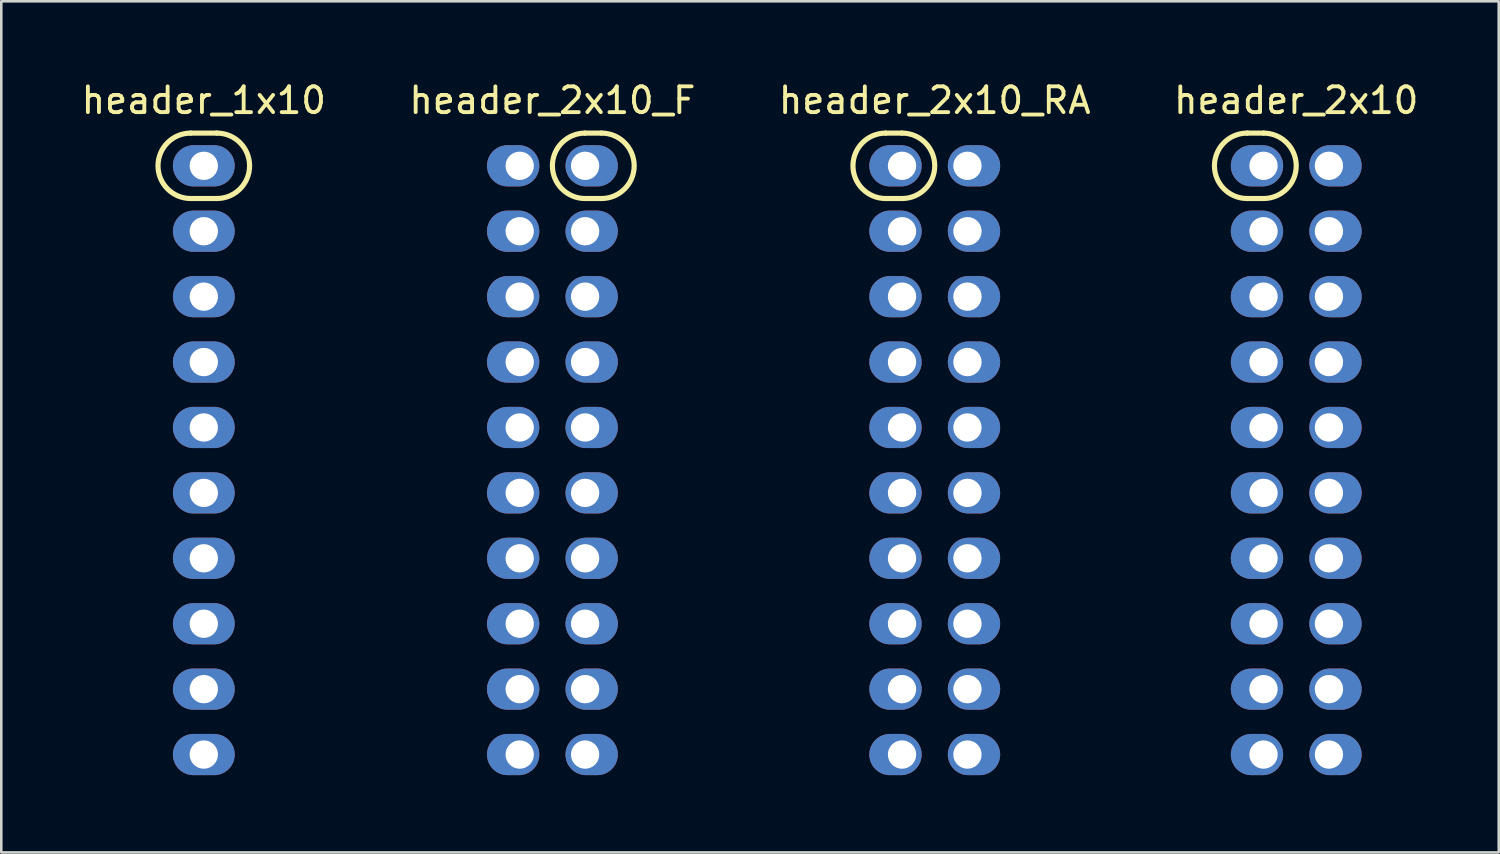
<source format=kicad_pcb>
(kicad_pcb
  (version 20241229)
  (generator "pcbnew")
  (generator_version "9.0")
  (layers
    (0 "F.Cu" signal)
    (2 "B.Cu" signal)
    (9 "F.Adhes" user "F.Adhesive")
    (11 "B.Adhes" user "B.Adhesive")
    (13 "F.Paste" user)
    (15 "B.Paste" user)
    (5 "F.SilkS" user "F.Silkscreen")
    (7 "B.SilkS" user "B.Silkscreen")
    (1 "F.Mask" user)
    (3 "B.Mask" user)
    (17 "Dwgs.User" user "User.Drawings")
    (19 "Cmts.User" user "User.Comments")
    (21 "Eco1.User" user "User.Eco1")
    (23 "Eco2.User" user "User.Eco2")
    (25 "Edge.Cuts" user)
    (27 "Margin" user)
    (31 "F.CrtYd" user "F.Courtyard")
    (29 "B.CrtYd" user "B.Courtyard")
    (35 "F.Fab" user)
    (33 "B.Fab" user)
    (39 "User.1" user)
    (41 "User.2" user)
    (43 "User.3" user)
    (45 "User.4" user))
  (footprint "header_1x10"
    (layer "F.Cu")
    (at 4.863 14.818)
    (property "Reference" "header_1x10" (at 0 -13.97 0) (layer "F.SilkS") (effects (font (size 1 1) (thickness 0.15))))
    (attr through_hole)
    (fp_line (start -0.508 -12.7) (end 0.508 -12.7) (stroke (width 0.2) (type solid)) (layer "F.SilkS"))
    (fp_line (start 0.508 -10.16) (end -0.508 -10.16) (stroke (width 0.2) (type solid)) (layer "F.SilkS"))
    (fp_arc (start -0.508 -10.16) (mid -1.778 -11.43) (end -0.508 -12.7) (stroke (width 0.2) (type solid)) (layer "F.SilkS"))
    (fp_arc (start 0.508 -12.7) (mid 1.778 -11.43) (end 0.508 -10.16) (stroke (width 0.2) (type solid)) (layer "F.SilkS"))
    (pad "1" thru_hole oval (at 0 -11.43) (size 2.4 1.6) (drill 1.1) (layers "*.Cu" "*.Mask"))
    (pad "2" thru_hole oval (at 0 -8.89) (size 2.4 1.6) (drill 1.1) (layers "*.Cu" "*.Mask"))
    (pad "3" thru_hole oval (at 0 -6.35) (size 2.4 1.6) (drill 1.1) (layers "*.Cu" "*.Mask"))
    (pad "4" thru_hole oval (at 0 -3.81) (size 2.4 1.6) (drill 1.1) (layers "*.Cu" "*.Mask"))
    (pad "5" thru_hole oval (at 0 -1.27) (size 2.4 1.6) (drill 1.1) (layers "*.Cu" "*.Mask"))
    (pad "6" thru_hole oval (at 0 1.27) (size 2.4 1.6) (drill 1.1) (layers "*.Cu" "*.Mask"))
    (pad "7" thru_hole oval (at 0 3.81) (size 2.4 1.6) (drill 1.1) (layers "*.Cu" "*.Mask"))
    (pad "8" thru_hole oval (at 0 6.35) (size 2.4 1.6) (drill 1.1) (layers "*.Cu" "*.Mask"))
    (pad "9" thru_hole oval (at 0 8.89) (size 2.4 1.6) (drill 1.1) (layers "*.Cu" "*.Mask"))
    (pad "10" thru_hole oval (at 0 11.43) (size 2.4 1.6) (drill 1.1) (layers "*.Cu" "*.Mask")))
  (footprint "header_2x10_F"
    (layer "F.Cu")
    (at 18.399 14.818)
    (property "Reference" "header_2x10_F" (at 0 -13.97 0) (layer "F.SilkS") (effects (font (size 1 1) (thickness 0.15))))
    (attr through_hole)
    (fp_line (start 1.27 -12.7) (end 1.905 -12.7) (stroke (width 0.2) (type solid)) (layer "F.SilkS"))
    (fp_line (start 1.905 -10.16) (end 1.27 -10.16) (stroke (width 0.2) (type solid)) (layer "F.SilkS"))
    (fp_arc (start 1.27 -10.16) (mid 0 -11.43) (end 1.27 -12.7) (stroke (width 0.2) (type solid)) (layer "F.SilkS"))
    (fp_arc (start 1.905 -12.7) (mid 3.175 -11.43) (end 1.905 -10.16) (stroke (width 0.2) (type solid)) (layer "F.SilkS"))
    (pad "1" thru_hole oval (at 1.27 -11.43) (size 2.032 1.6) (drill 1.1 (offset 0.254 0)) (layers "*.Cu" "*.Mask"))
    (pad "2" thru_hole oval (at -1.27 -11.43) (size 2.032 1.6) (drill 1.1 (offset -0.254 0)) (layers "*.Cu" "*.Mask"))
    (pad "3" thru_hole oval (at 1.27 -8.89) (size 2.032 1.6) (drill 1.1 (offset 0.254 0)) (layers "*.Cu" "*.Mask"))
    (pad "4" thru_hole oval (at -1.27 -8.89) (size 2.032 1.6) (drill 1.1 (offset -0.254 0)) (layers "*.Cu" "*.Mask"))
    (pad "5" thru_hole oval (at 1.27 -6.35) (size 2.032 1.6) (drill 1.1 (offset 0.254 0)) (layers "*.Cu" "*.Mask"))
    (pad "6" thru_hole oval (at -1.27 -6.35) (size 2.032 1.6) (drill 1.1 (offset -0.254 0)) (layers "*.Cu" "*.Mask"))
    (pad "7" thru_hole oval (at 1.27 -3.81) (size 2.032 1.6) (drill 1.1 (offset 0.254 0)) (layers "*.Cu" "*.Mask"))
    (pad "8" thru_hole oval (at -1.27 -3.81) (size 2.032 1.6) (drill 1.1 (offset -0.254 0)) (layers "*.Cu" "*.Mask"))
    (pad "9" thru_hole oval (at 1.27 -1.27) (size 2.032 1.6) (drill 1.1 (offset 0.254 0)) (layers "*.Cu" "*.Mask"))
    (pad "10" thru_hole oval (at -1.27 -1.27) (size 2.032 1.6) (drill 1.1 (offset -0.254 0)) (layers "*.Cu" "*.Mask"))
    (pad "11" thru_hole oval (at 1.27 1.27) (size 2.032 1.6) (drill 1.1 (offset 0.254 0)) (layers "*.Cu" "*.Mask"))
    (pad "12" thru_hole oval (at -1.27 1.27) (size 2.032 1.6) (drill 1.1 (offset -0.254 0)) (layers "*.Cu" "*.Mask"))
    (pad "13" thru_hole oval (at 1.27 3.81) (size 2.032 1.6) (drill 1.1 (offset 0.254 0)) (layers "*.Cu" "*.Mask"))
    (pad "14" thru_hole oval (at -1.27 3.81) (size 2.032 1.6) (drill 1.1 (offset -0.254 0)) (layers "*.Cu" "*.Mask"))
    (pad "15" thru_hole oval (at 1.27 6.35) (size 2.032 1.6) (drill 1.1 (offset 0.254 0)) (layers "*.Cu" "*.Mask"))
    (pad "16" thru_hole oval (at -1.27 6.35) (size 2.032 1.6) (drill 1.1 (offset -0.254 0)) (layers "*.Cu" "*.Mask"))
    (pad "17" thru_hole oval (at 1.27 8.89) (size 2.032 1.6) (drill 1.1 (offset 0.254 0)) (layers "*.Cu" "*.Mask"))
    (pad "18" thru_hole oval (at -1.27 8.89) (size 2.032 1.6) (drill 1.1 (offset -0.254 0)) (layers "*.Cu" "*.Mask"))
    (pad "19" thru_hole oval (at 1.27 11.43) (size 2.032 1.6) (drill 1.1 (offset 0.254 0)) (layers "*.Cu" "*.Mask"))
    (pad "20" thru_hole oval (at -1.27 11.43) (size 2.032 1.6) (drill 1.1 (offset -0.254 0)) (layers "*.Cu" "*.Mask")))
  (footprint "header_2x10_RA"
    (layer "F.Cu")
    (at 33.244 14.818)
    (property "Reference" "header_2x10_RA" (at 0 -13.97 0) (layer "F.SilkS") (effects (font (size 1 1) (thickness 0.15))))
    (attr through_hole)
    (fp_line (start -1.905 -12.7) (end -1.27 -12.7) (stroke (width 0.2) (type solid)) (layer "F.SilkS"))
    (fp_line (start -1.27 -10.16) (end -1.905 -10.16) (stroke (width 0.2) (type solid)) (layer "F.SilkS"))
    (fp_arc (start -1.905 -10.16) (mid -3.175 -11.43) (end -1.905 -12.7) (stroke (width 0.2) (type solid)) (layer "F.SilkS"))
    (fp_arc (start -1.27 -12.7) (mid 0 -11.43) (end -1.27 -10.16) (stroke (width 0.2) (type solid)) (layer "F.SilkS"))
    (pad "1" thru_hole oval (at -1.27 -11.43) (size 2.032 1.6) (drill 1.1 (offset -0.254 0)) (layers "*.Cu" "*.Mask"))
    (pad "2" thru_hole oval (at 1.27 -11.43) (size 2.032 1.6) (drill 1.1 (offset 0.254 0)) (layers "*.Cu" "*.Mask"))
    (pad "3" thru_hole oval (at -1.27 -8.89) (size 2.032 1.6) (drill 1.1 (offset -0.254 0)) (layers "*.Cu" "*.Mask"))
    (pad "4" thru_hole oval (at 1.27 -8.89) (size 2.032 1.6) (drill 1.1 (offset 0.254 0)) (layers "*.Cu" "*.Mask"))
    (pad "5" thru_hole oval (at -1.27 -6.35) (size 2.032 1.6) (drill 1.1 (offset -0.254 0)) (layers "*.Cu" "*.Mask"))
    (pad "6" thru_hole oval (at 1.27 -6.35) (size 2.032 1.6) (drill 1.1 (offset 0.254 0)) (layers "*.Cu" "*.Mask"))
    (pad "7" thru_hole oval (at -1.27 -3.81) (size 2.032 1.6) (drill 1.1 (offset -0.254 0)) (layers "*.Cu" "*.Mask"))
    (pad "8" thru_hole oval (at 1.27 -3.81) (size 2.032 1.6) (drill 1.1 (offset 0.254 0)) (layers "*.Cu" "*.Mask"))
    (pad "9" thru_hole oval (at -1.27 -1.27) (size 2.032 1.6) (drill 1.1 (offset -0.254 0)) (layers "*.Cu" "*.Mask"))
    (pad "10" thru_hole oval (at 1.27 -1.27) (size 2.032 1.6) (drill 1.1 (offset 0.254 0)) (layers "*.Cu" "*.Mask"))
    (pad "11" thru_hole oval (at -1.27 1.27) (size 2.032 1.6) (drill 1.1 (offset -0.254 0)) (layers "*.Cu" "*.Mask"))
    (pad "12" thru_hole oval (at 1.27 1.27) (size 2.032 1.6) (drill 1.1 (offset 0.254 0)) (layers "*.Cu" "*.Mask"))
    (pad "13" thru_hole oval (at -1.27 3.81) (size 2.032 1.6) (drill 1.1 (offset -0.254 0)) (layers "*.Cu" "*.Mask"))
    (pad "14" thru_hole oval (at 1.27 3.81) (size 2.032 1.6) (drill 1.1 (offset 0.254 0)) (layers "*.Cu" "*.Mask"))
    (pad "15" thru_hole oval (at -1.27 6.35) (size 2.032 1.6) (drill 1.1 (offset -0.254 0)) (layers "*.Cu" "*.Mask"))
    (pad "16" thru_hole oval (at 1.27 6.35) (size 2.032 1.6) (drill 1.1 (offset 0.254 0)) (layers "*.Cu" "*.Mask"))
    (pad "17" thru_hole oval (at -1.27 8.89) (size 2.032 1.6) (drill 1.1 (offset -0.254 0)) (layers "*.Cu" "*.Mask"))
    (pad "18" thru_hole oval (at 1.27 8.89) (size 2.032 1.6) (drill 1.1 (offset 0.254 0)) (layers "*.Cu" "*.Mask"))
    (pad "19" thru_hole oval (at -1.27 11.43) (size 2.032 1.6) (drill 1.1 (offset -0.254 0)) (layers "*.Cu" "*.Mask"))
    (pad "20" thru_hole oval (at 1.27 11.43) (size 2.032 1.6) (drill 1.1 (offset 0.254 0)) (layers "*.Cu" "*.Mask")))
  (footprint "header_2x10"
    (layer "F.Cu")
    (at 47.28 14.818)
    (property "Reference" "header_2x10" (at 0 -13.97 0) (layer "F.SilkS") (effects (font (size 1 1) (thickness 0.15))))
    (attr through_hole)
    (fp_line (start -1.905 -12.7) (end -1.27 -12.7) (stroke (width 0.2) (type solid)) (layer "F.SilkS"))
    (fp_line (start -1.27 -10.16) (end -1.905 -10.16) (stroke (width 0.2) (type solid)) (layer "F.SilkS"))
    (fp_arc (start -1.905 -10.16) (mid -3.175 -11.43) (end -1.905 -12.7) (stroke (width 0.2) (type solid)) (layer "F.SilkS"))
    (fp_arc (start -1.27 -12.7) (mid 0 -11.43) (end -1.27 -10.16) (stroke (width 0.2) (type solid)) (layer "F.SilkS"))
    (pad "1" thru_hole oval (at -1.27 -11.43) (size 2.032 1.6) (drill 1.1 (offset -0.254 0)) (layers "*.Cu" "*.Mask"))
    (pad "2" thru_hole oval (at 1.27 -11.43) (size 2.032 1.6) (drill 1.1 (offset 0.254 0)) (layers "*.Cu" "*.Mask"))
    (pad "3" thru_hole oval (at -1.27 -8.89) (size 2.032 1.6) (drill 1.1 (offset -0.254 0)) (layers "*.Cu" "*.Mask"))
    (pad "4" thru_hole oval (at 1.27 -8.89) (size 2.032 1.6) (drill 1.1 (offset 0.254 0)) (layers "*.Cu" "*.Mask"))
    (pad "5" thru_hole oval (at -1.27 -6.35) (size 2.032 1.6) (drill 1.1 (offset -0.254 0)) (layers "*.Cu" "*.Mask"))
    (pad "6" thru_hole oval (at 1.27 -6.35) (size 2.032 1.6) (drill 1.1 (offset 0.254 0)) (layers "*.Cu" "*.Mask"))
    (pad "7" thru_hole oval (at -1.27 -3.81) (size 2.032 1.6) (drill 1.1 (offset -0.254 0)) (layers "*.Cu" "*.Mask"))
    (pad "8" thru_hole oval (at 1.27 -3.81) (size 2.032 1.6) (drill 1.1 (offset 0.254 0)) (layers "*.Cu" "*.Mask"))
    (pad "9" thru_hole oval (at -1.27 -1.27) (size 2.032 1.6) (drill 1.1 (offset -0.254 0)) (layers "*.Cu" "*.Mask"))
    (pad "10" thru_hole oval (at 1.27 -1.27) (size 2.032 1.6) (drill 1.1 (offset 0.254 0)) (layers "*.Cu" "*.Mask"))
    (pad "11" thru_hole oval (at -1.27 1.27) (size 2.032 1.6) (drill 1.1 (offset -0.254 0)) (layers "*.Cu" "*.Mask"))
    (pad "12" thru_hole oval (at 1.27 1.27) (size 2.032 1.6) (drill 1.1 (offset 0.254 0)) (layers "*.Cu" "*.Mask"))
    (pad "13" thru_hole oval (at -1.27 3.81) (size 2.032 1.6) (drill 1.1 (offset -0.254 0)) (layers "*.Cu" "*.Mask"))
    (pad "14" thru_hole oval (at 1.27 3.81) (size 2.032 1.6) (drill 1.1 (offset 0.254 0)) (layers "*.Cu" "*.Mask"))
    (pad "15" thru_hole oval (at -1.27 6.35) (size 2.032 1.6) (drill 1.1 (offset -0.254 0)) (layers "*.Cu" "*.Mask"))
    (pad "16" thru_hole oval (at 1.27 6.35) (size 2.032 1.6) (drill 1.1 (offset 0.254 0)) (layers "*.Cu" "*.Mask"))
    (pad "17" thru_hole oval (at -1.27 8.89) (size 2.032 1.6) (drill 1.1 (offset -0.254 0)) (layers "*.Cu" "*.Mask"))
    (pad "18" thru_hole oval (at 1.27 8.89) (size 2.032 1.6) (drill 1.1 (offset 0.254 0)) (layers "*.Cu" "*.Mask"))
    (pad "19" thru_hole oval (at -1.27 11.43) (size 2.032 1.6) (drill 1.1 (offset -0.254 0)) (layers "*.Cu" "*.Mask"))
    (pad "20" thru_hole oval (at 1.27 11.43) (size 2.032 1.6) (drill 1.1 (offset 0.254 0)) (layers "*.Cu" "*.Mask")))
  (gr_rect
    (start -3 -3)
    (end 55.143 30.048)
    (stroke (width 0.1) (type default))
    (fill no)
    (layer "Edge.Cuts")))
</source>
